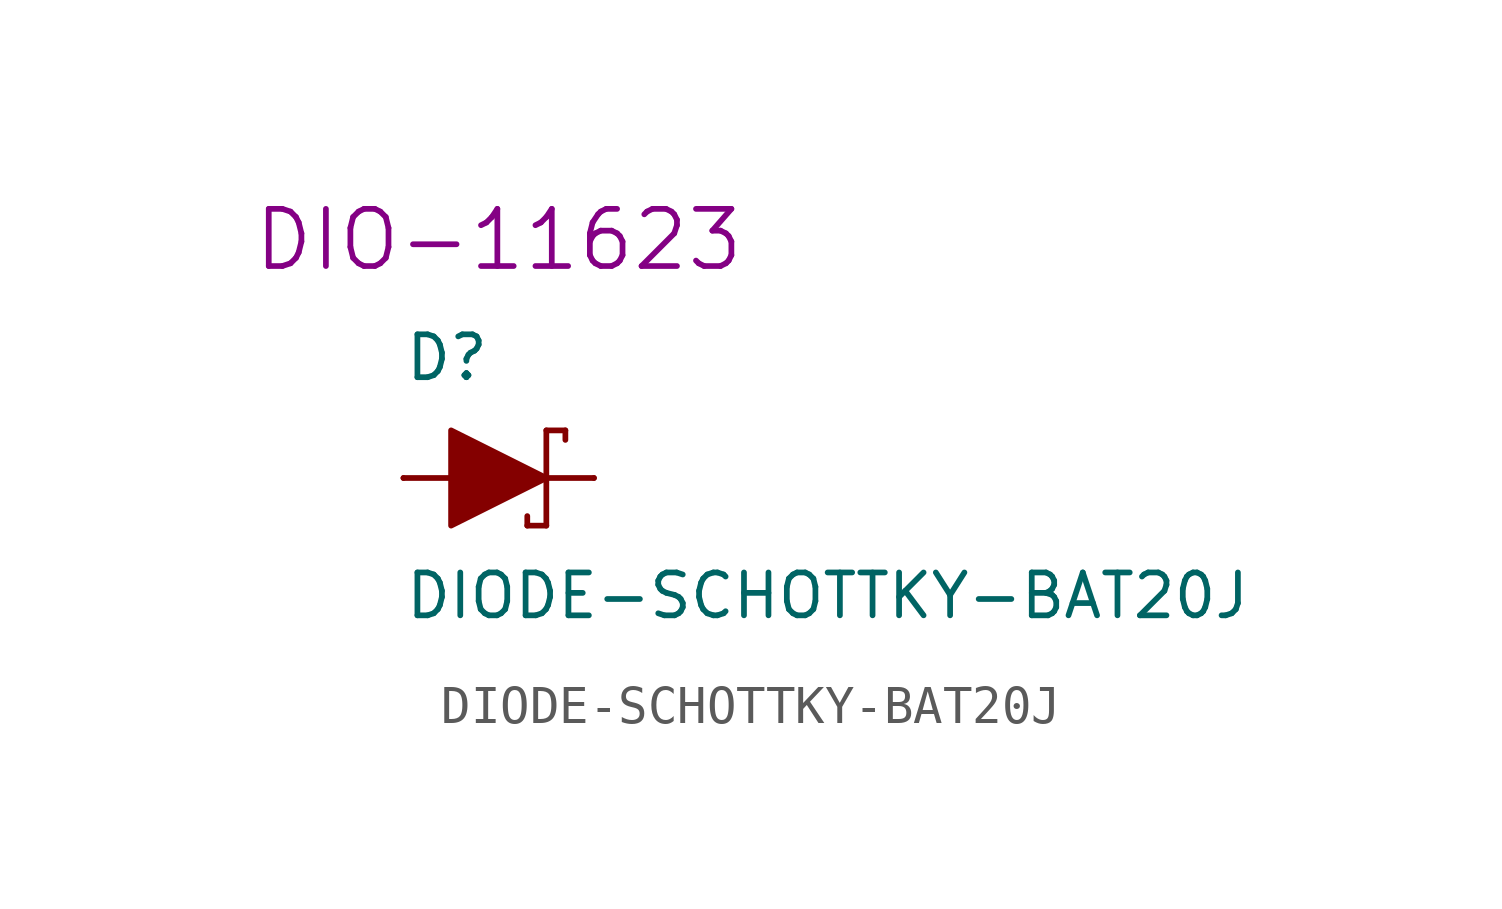
<source format=kicad_sym>
(kicad_symbol_lib
  (version 20220914)
  (generator kicad_symbol_editor)
  (symbol "DIODE-SCHOTTKY-BAT20J"
    (pin_numbers hide)
    (pin_names
      (offset 1.016) hide)
    (property "Reference" "D"
      (at -2.54 2.54 0)
      (effects (font (size 1.143 1.143)) (justify left bottom)))
    (property "Value" "DIODE-SCHOTTKY-BAT20J"
      (at -2.54 -3.81 0)
      (effects (font (size 1.143 1.143)) (justify left bottom)))
    (property "Field4" "DIO-11623"
      (at 0 6.35 0)
      (effects (font (size 1.524 1.524))))
    (property "ki_locked" ""
      (at 0 0 0)
      (effects (font (size 1.27 1.27))))
    (symbol "DIODE-SCHOTTKY-BAT20J_1_0"
      (polyline (pts (xy -2.54 0) (xy -1.27 0)) (stroke (width 0) (type solid)) (fill (type none)))
      (polyline (pts (xy 0.762 -1.27) (xy 0.762 -1.016)) (stroke (width 0) (type solid)) (fill (type none)))
      (polyline (pts (xy 1.27 -1.27) (xy 0.762 -1.27)) (stroke (width 0) (type solid)) (fill (type none)))
      (polyline (pts (xy 1.27 0) (xy 1.27 -1.27)) (stroke (width 0) (type solid)) (fill (type none)))
      (polyline (pts (xy 1.27 1.27) (xy 1.27 0)) (stroke (width 0) (type solid)) (fill (type none)))
      (polyline (pts (xy 1.27 1.27) (xy 1.778 1.27)) (stroke (width 0) (type solid)) (fill (type none)))
      (polyline (pts (xy 1.778 1.27) (xy 1.778 1.016)) (stroke (width 0) (type solid)) (fill (type none)))
      (polyline (pts (xy 2.54 0) (xy 1.27 0)) (stroke (width 0) (type solid)) (fill (type none))))
    (symbol "DIODE-SCHOTTKY-BAT20J_1_1"
      (polyline (pts (xy -1.27 1.27) (xy 1.27 0) (xy 1.27 0) (xy -1.27 -1.27) (xy -1.27 -1.27) (xy -1.27 1.27)) (stroke (width 0) (type solid)) (fill (type outline)))
      (pin passive line (at 2.54 0 180) (length 0) (name "1" (effects (font (size 1.016 1.016)))) (number "1" (effects (font (size 1.016 1.016)))))
      (pin passive line (at -2.54 0 0) (length 0) (name "2" (effects (font (size 1.016 1.016)))) (number "2" (effects (font (size 1.016 1.016))))))))
</source>
